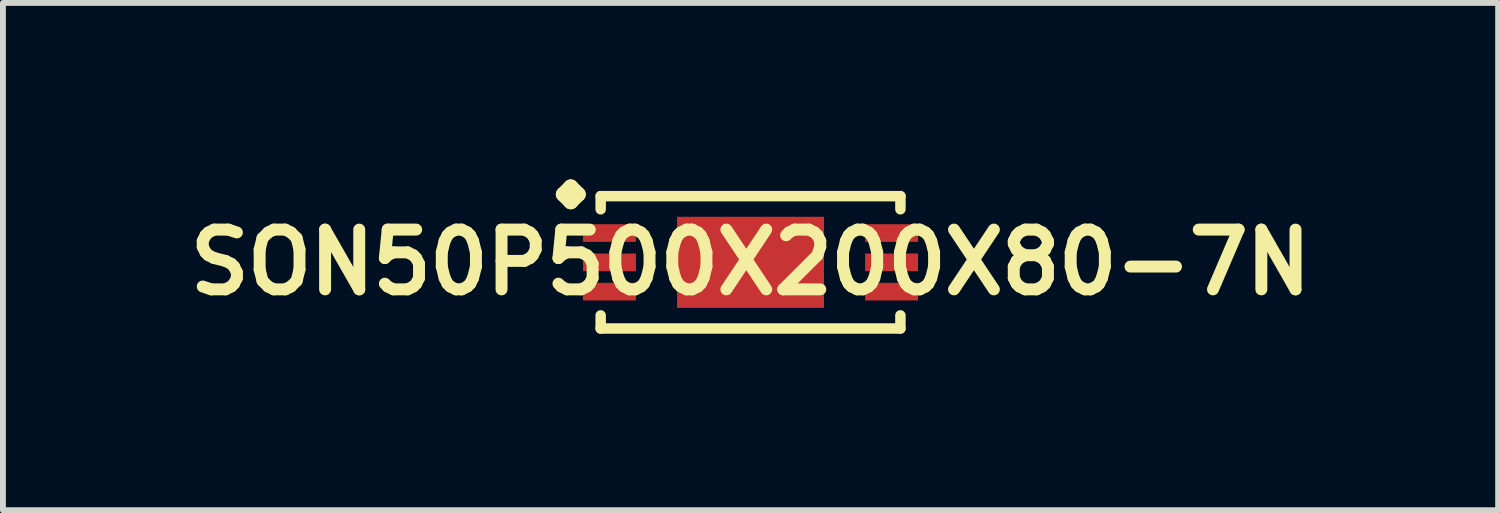
<source format=kicad_pcb>
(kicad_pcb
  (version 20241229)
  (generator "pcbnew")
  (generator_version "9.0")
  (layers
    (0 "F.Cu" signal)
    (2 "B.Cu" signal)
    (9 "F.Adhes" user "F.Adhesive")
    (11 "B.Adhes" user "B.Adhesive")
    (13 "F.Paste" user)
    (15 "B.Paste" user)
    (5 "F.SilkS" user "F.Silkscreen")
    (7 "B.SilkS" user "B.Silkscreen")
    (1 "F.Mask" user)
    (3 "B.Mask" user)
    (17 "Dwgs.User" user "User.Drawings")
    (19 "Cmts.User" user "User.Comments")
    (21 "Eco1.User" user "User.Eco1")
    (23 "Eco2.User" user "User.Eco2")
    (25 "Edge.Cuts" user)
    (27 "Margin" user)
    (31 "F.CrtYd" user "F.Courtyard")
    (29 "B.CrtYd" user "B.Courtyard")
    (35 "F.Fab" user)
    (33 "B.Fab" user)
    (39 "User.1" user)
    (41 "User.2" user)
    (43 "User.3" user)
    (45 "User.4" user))
  (footprint "SON50P500X200X80-7N"
    (layer "F.Cu")
    (at 9.71 1.41)
    (property "Reference" "SON50P500X200X80-7N" (at 0 0 0) (layer "F.SilkS") (effects (font (size 1.016 1.016) (thickness 0.203))))
    (attr smd)
    (fp_line (start -3.183 -1.156) (end -3.056 -1.283) (stroke (width 0.254) (type solid)) (layer "F.SilkS"))
    (fp_line (start -3.056 -1.283) (end -2.929 -1.156) (stroke (width 0.254) (type solid)) (layer "F.SilkS"))
    (fp_line (start -3.056 -1.029) (end -3.183 -1.156) (stroke (width 0.254) (type solid)) (layer "F.SilkS"))
    (fp_line (start -2.929 -1.156) (end -3.056 -1.029) (stroke (width 0.254) (type solid)) (layer "F.SilkS"))
    (fp_line (start -2.548 -1.125) (end 2.548 -1.125) (stroke (width 0.178) (type solid)) (layer "F.SilkS"))
    (fp_line (start -2.548 -0.902) (end -2.548 -1.125) (stroke (width 0.178) (type solid)) (layer "F.SilkS"))
    (fp_line (start -2.548 0.902) (end -2.548 1.125) (stroke (width 0.178) (type solid)) (layer "F.SilkS"))
    (fp_line (start -2.548 1.125) (end 2.548 1.125) (stroke (width 0.178) (type solid)) (layer "F.SilkS"))
    (fp_line (start 2.548 -1.125) (end 2.548 -0.902) (stroke (width 0.178) (type solid)) (layer "F.SilkS"))
    (fp_line (start 2.548 1.125) (end 2.548 0.902) (stroke (width 0.178) (type solid)) (layer "F.SilkS"))
    (pad "1" smd rect (at -2.398 -0.498) (size 0.899 0.3) (layers "F.Cu" "F.Mask" "F.Paste"))
    (pad "2" smd rect (at -2.398 0) (size 0.899 0.3) (layers "F.Cu" "F.Mask" "F.Paste"))
    (pad "3" smd rect (at -2.398 0.498) (size 0.899 0.3) (layers "F.Cu" "F.Mask" "F.Paste"))
    (pad "4" smd rect (at 2.398 0.498) (size 0.899 0.3) (layers "F.Cu" "F.Mask" "F.Paste"))
    (pad "5" smd rect (at 2.398 0) (size 0.899 0.3) (layers "F.Cu" "F.Mask" "F.Paste"))
    (pad "6" smd rect (at 2.398 -0.498) (size 0.899 0.3) (layers "F.Cu" "F.Mask" "F.Paste"))
    (pad "7" smd rect (at 0 0) (size 2.499 1.549) (layers "F.Cu" "F.Mask" "F.Paste")))
  (gr_rect
    (start -3 -3)
    (end 22.42 5.624)
    (stroke (width 0.1) (type default))
    (fill no)
    (layer "Edge.Cuts")))
</source>
